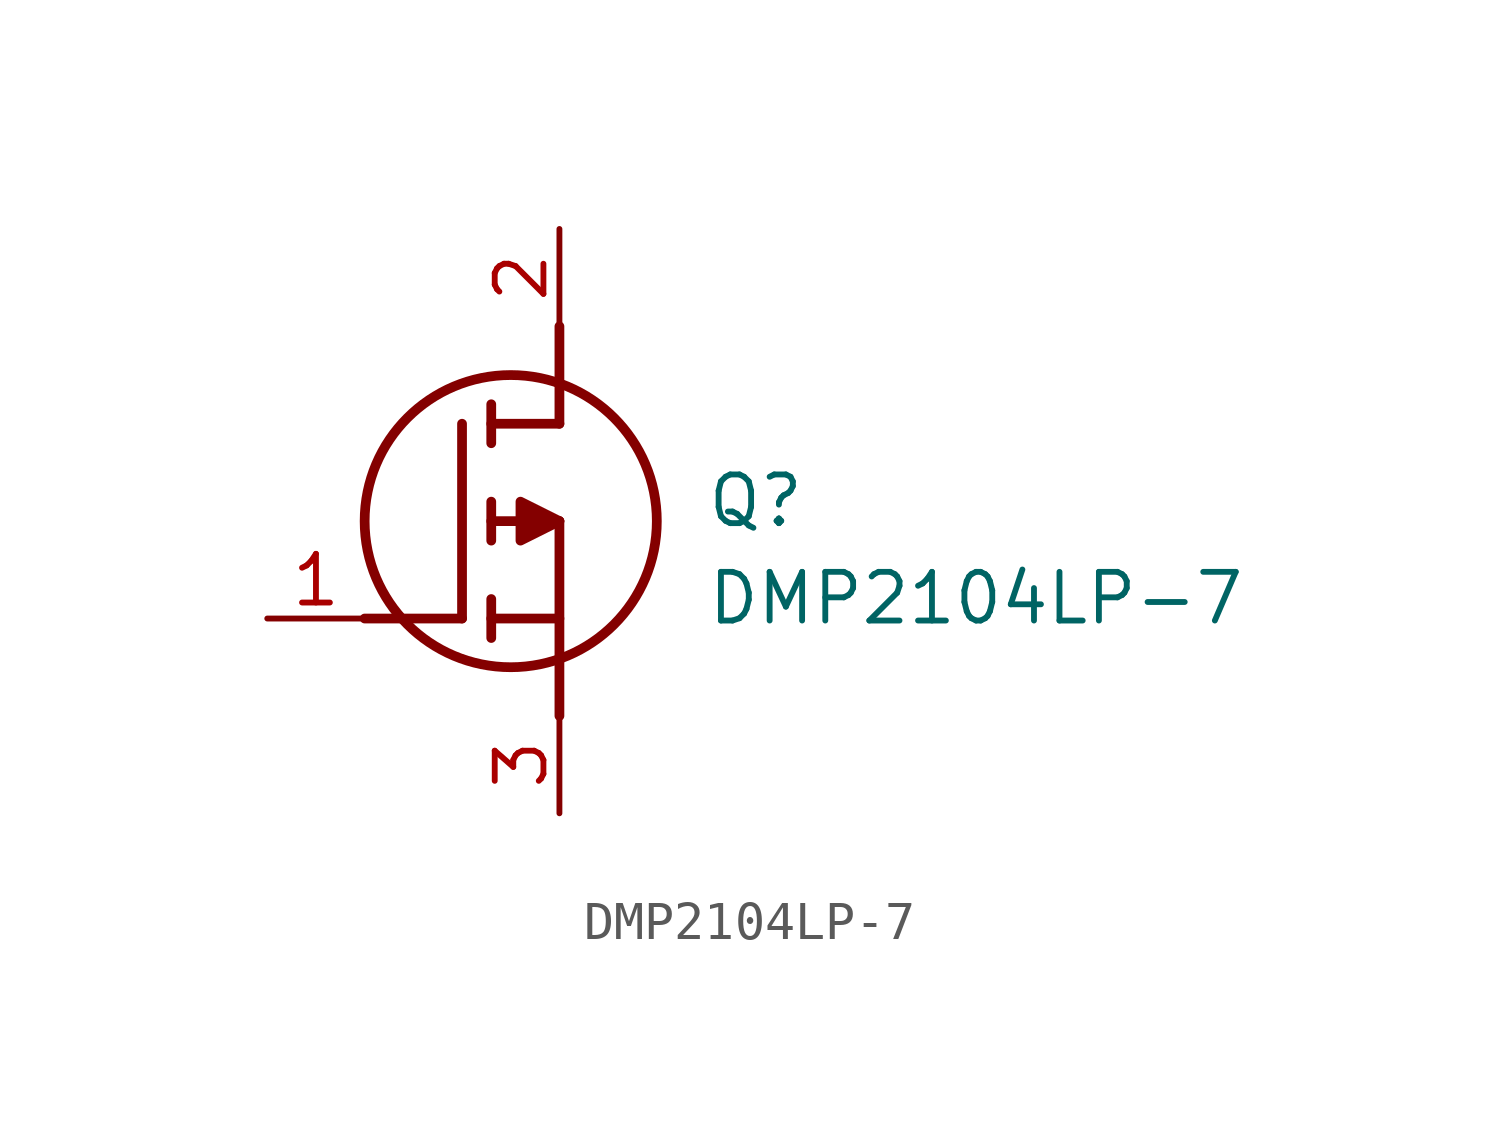
<source format=kicad_sym>
(kicad_symbol_lib
  (version 20231120)
  (generator "kicad_symbol_editor")
  (generator_version "8.0")
  (symbol "DMP2104LP-7"
    (pin_names hide)
    (property "Reference" "Q"
      (at 11.43 3.81 0)
      (effects (font (size 1.27 1.27)) (justify left top)))
    (property "Value" "DMP2104LP-7"
      (at 11.43 1.27 0)
      (effects (font (size 1.27 1.27)) (justify left top)))
    (symbol "DMP2104LP-7_1_1"
      (polyline (pts (xy 2.54 0) (xy 5.08 0)) (stroke (width 0.254) (type default)) (fill (type none)))
      (polyline (pts (xy 5.08 5.08) (xy 5.08 0)) (stroke (width 0.254) (type default)) (fill (type none)))
      (polyline (pts (xy 5.842 -0.508) (xy 5.842 0.508)) (stroke (width 0.254) (type default)) (fill (type none)))
      (polyline (pts (xy 5.842 0) (xy 7.62 0)) (stroke (width 0.254) (type default)) (fill (type none)))
      (polyline (pts (xy 5.842 2.032) (xy 5.842 3.048)) (stroke (width 0.254) (type default)) (fill (type none)))
      (polyline (pts (xy 5.842 5.588) (xy 5.842 4.572)) (stroke (width 0.254) (type default)) (fill (type none)))
      (polyline (pts (xy 7.62 2.54) (xy 5.842 2.54)) (stroke (width 0.254) (type default)) (fill (type none)))
      (polyline (pts (xy 7.62 2.54) (xy 7.62 -2.54)) (stroke (width 0.254) (type default)) (fill (type none)))
      (polyline (pts (xy 7.62 5.08) (xy 5.842 5.08)) (stroke (width 0.254) (type default)) (fill (type none)))
      (polyline (pts (xy 7.62 5.08) (xy 7.62 7.62)) (stroke (width 0.254) (type default)) (fill (type none)))
      (polyline (pts (xy 7.62 2.54) (xy 6.604 3.048) (xy 6.604 2.032) (xy 7.62 2.54)) (stroke (width 0.254) (type default)) (fill (type outline)))
      (circle (center 6.35 2.54) (radius 3.81) (stroke (width 0.254) (type default)) (fill (type none)))
      (pin passive line (at 0 0 0) (length 2.54) (name "G" (effects (font (size 1.27 1.27)))) (number "1" (effects (font (size 1.27 1.27)))))
      (pin passive line (at 7.62 10.16 270) (length 2.54) (name "D" (effects (font (size 1.27 1.27)))) (number "2" (effects (font (size 1.27 1.27)))))
      (pin passive line (at 7.62 -5.08 90) (length 2.54) (name "S" (effects (font (size 1.27 1.27)))) (number "3" (effects (font (size 1.27 1.27))))))))
</source>
